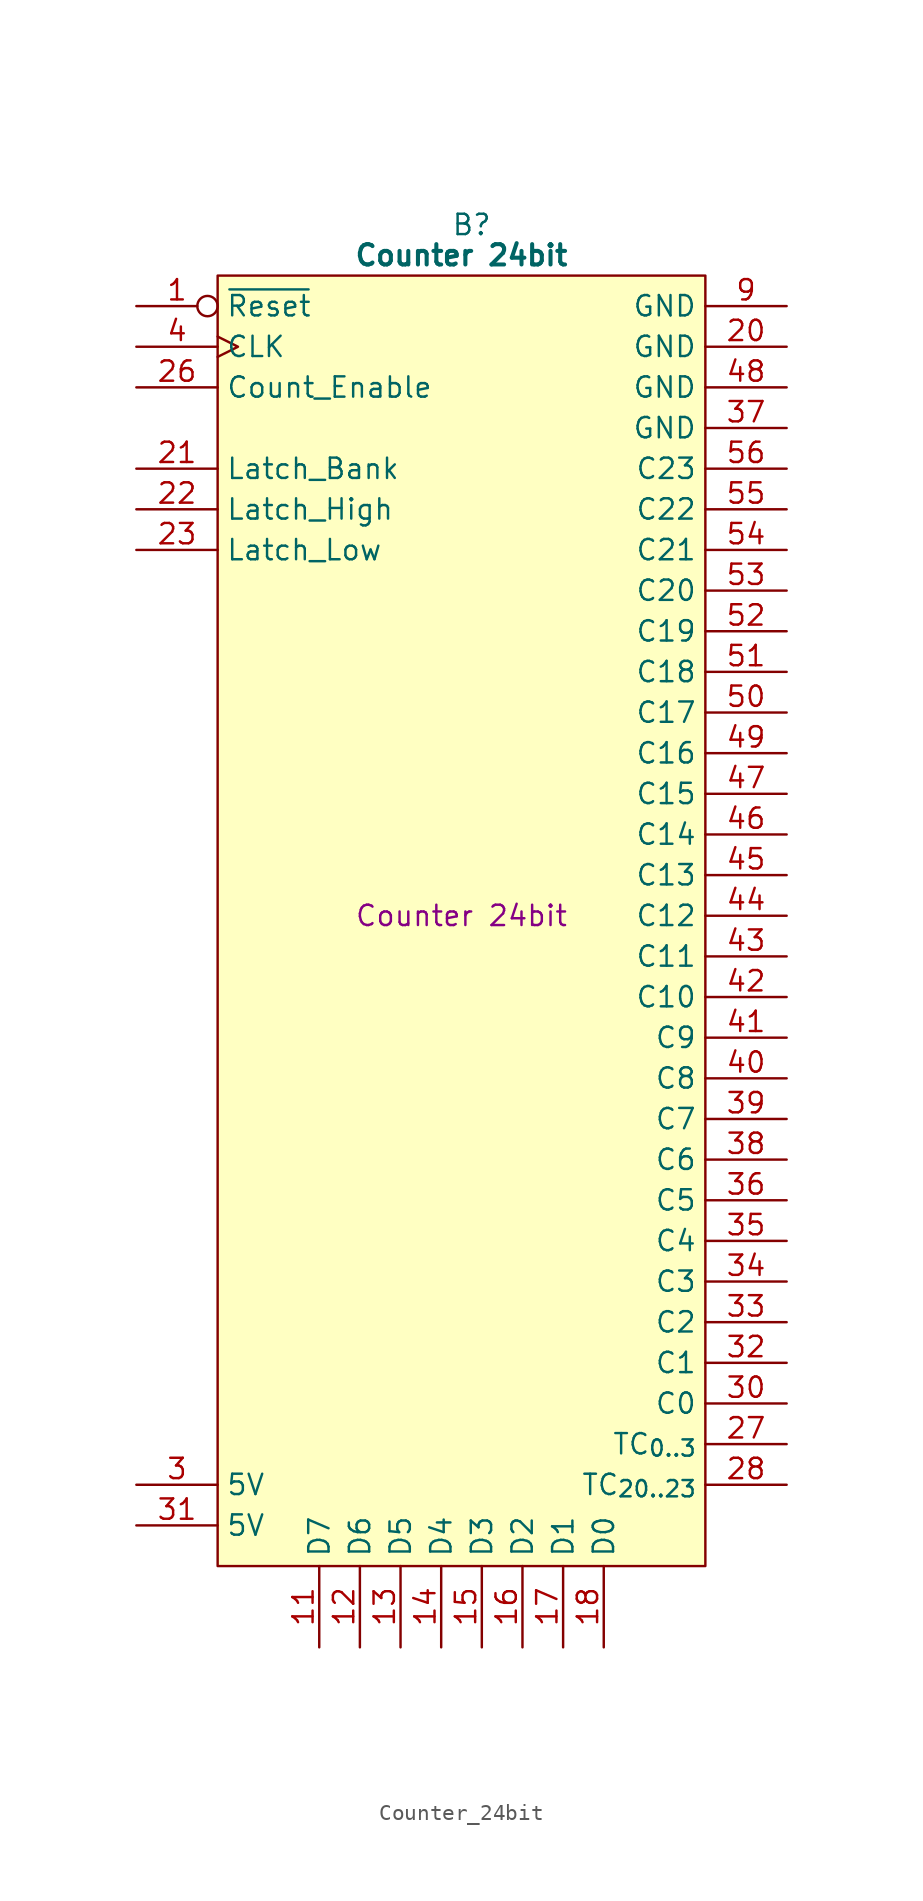
<source format=kicad_sym>
(kicad_symbol_lib
  (version 20241209)
  (generator "kicad_symbol_editor")
  (generator_version "9.0")
  (symbol "Counter_24bit"
    (property "Reference" "B"
      (at 15.875 5.08 0)
      (effects (font (size 1.27 1.27))))
    (property "Value" "Counter 24bit"
      (at 15.24 3.175 0)
      (effects (font (size 1.27 1.27) (bold yes))))
    (property "Description" "Counter 24bit"
      (at 15.24 -38.1 0)
      (effects (font (size 1.27 1.27))))
    (symbol "Counter_24bit_0_1"
      (polyline (pts (xy 0 1.905) (xy 30.48 1.905) (xy 30.48 -78.74) (xy 0 -78.74) (xy 0 1.905)) (stroke (width 0.152) (type default)) (fill (type background))))
    (symbol "Counter_24bit_1_0"
      (pin passive line (at 35.56 -7.62 180) (length 5.08) (name "GND" (effects (font (size 1.27 1.27)))) (number "37" (effects (font (size 1.27 1.27)))))
      (pin output line (at 35.56 -10.16 180) (length 5.08) (name "C23" (effects (font (size 1.27 1.27)))) (number "56" (effects (font (size 1.27 1.27)))))
      (pin output line (at 35.56 -12.7 180) (length 5.08) (name "C22" (effects (font (size 1.27 1.27)))) (number "55" (effects (font (size 1.27 1.27)))))
      (pin output line (at 35.56 -15.24 180) (length 5.08) (name "C21" (effects (font (size 1.27 1.27)))) (number "54" (effects (font (size 1.27 1.27)))))
      (pin output line (at 35.56 -35.56 180) (length 5.08) (name "C13" (effects (font (size 1.27 1.27)))) (number "45" (effects (font (size 1.27 1.27)))))
      (pin output line (at 35.56 -50.8 180) (length 5.08) (name "C7" (effects (font (size 1.27 1.27)))) (number "39" (effects (font (size 1.27 1.27)))))
      (pin output line (at 35.56 -53.34 180) (length 5.08) (name "C6" (effects (font (size 1.27 1.27)))) (number "38" (effects (font (size 1.27 1.27)))))
      (pin output line (at 35.56 -55.88 180) (length 5.08) (name "C5" (effects (font (size 1.27 1.27)))) (number "36" (effects (font (size 1.27 1.27)))))
      (pin output line (at 35.56 -60.96 180) (length 5.08) (name "C3" (effects (font (size 1.27 1.27)))) (number "34" (effects (font (size 1.27 1.27)))))
      (pin output line (at 35.56 -63.5 180) (length 5.08) (name "C2" (effects (font (size 1.27 1.27)))) (number "33" (effects (font (size 1.27 1.27)))))
      (pin output line (at 35.56 -66.04 180) (length 5.08) (name "C1" (effects (font (size 1.27 1.27)))) (number "32" (effects (font (size 1.27 1.27))))))
    (symbol "Counter_24bit_1_1"
      (pin input inverted (at -5.08 0 0) (length 5.08) (name "~{Reset}" (effects (font (size 1.27 1.27)))) (number "1" (effects (font (size 1.27 1.27)))))
      (pin input clock (at -5.08 -2.54 0) (length 5.08) (name "CLK" (effects (font (size 1.27 1.27)))) (number "4" (effects (font (size 1.27 1.27)))))
      (pin input line (at -5.08 -5.08 0) (length 5.08) (name "Count_Enable" (effects (font (size 1.27 1.27)))) (number "26" (effects (font (size 1.27 1.27)))))
      (pin input line (at -5.08 -10.16 0) (length 5.08) (name "Latch_Bank" (effects (font (size 1.27 1.27)))) (number "21" (effects (font (size 1.27 1.27)))))
      (pin input line (at -5.08 -12.7 0) (length 5.08) (name "Latch_High" (effects (font (size 1.27 1.27)))) (number "22" (effects (font (size 1.27 1.27)))))
      (pin input line (at -5.08 -15.24 0) (length 5.08) (name "Latch_Low" (effects (font (size 1.27 1.27)))) (number "23" (effects (font (size 1.27 1.27)))))
      (pin no_connect line (at -5.08 -48.26 0) (length 5.08) (hide yes) (name "N.C." (effects (font (size 1.27 1.27)))) (number "2" (effects (font (size 1.27 1.27)))))
      (pin no_connect line (at -5.08 -50.8 0) (length 5.08) (hide yes) (name "N.C." (effects (font (size 1.27 1.27)))) (number "5" (effects (font (size 1.27 1.27)))))
      (pin no_connect line (at -5.08 -53.34 0) (length 5.08) (hide yes) (name "N.C." (effects (font (size 1.27 1.27)))) (number "6" (effects (font (size 1.27 1.27)))))
      (pin no_connect line (at -5.08 -55.88 0) (length 5.08) (hide yes) (name "N.C." (effects (font (size 1.27 1.27)))) (number "7" (effects (font (size 1.27 1.27)))))
      (pin no_connect line (at -5.08 -58.42 0) (length 5.08) (hide yes) (name "N.C." (effects (font (size 1.27 1.27)))) (number "8" (effects (font (size 1.27 1.27)))))
      (pin no_connect line (at -5.08 -60.96 0) (length 5.08) (hide yes) (name "N.C." (effects (font (size 1.27 1.27)))) (number "10" (effects (font (size 1.27 1.27)))))
      (pin no_connect line (at -5.08 -63.5 0) (length 5.08) (hide yes) (name "N.C." (effects (font (size 1.27 1.27)))) (number "19" (effects (font (size 1.27 1.27)))))
      (pin no_connect line (at -5.08 -66.04 0) (length 5.08) (hide yes) (name "N.C." (effects (font (size 1.27 1.27)))) (number "24" (effects (font (size 1.27 1.27)))))
      (pin no_connect line (at -5.08 -68.58 0) (length 5.08) (hide yes) (name "N.C." (effects (font (size 1.27 1.27)))) (number "25" (effects (font (size 1.27 1.27)))))
      (pin no_connect line (at -5.08 -71.12 0) (length 5.08) (hide yes) (name "N.C." (effects (font (size 1.27 1.27)))) (number "29" (effects (font (size 1.27 1.27)))))
      (pin passive line (at -5.08 -73.66 0) (length 5.08) (name "5V" (effects (font (size 1.27 1.27)))) (number "3" (effects (font (size 1.27 1.27)))))
      (pin passive line (at -5.08 -76.2 0) (length 5.08) (name "5V" (effects (font (size 1.27 1.27)))) (number "31" (effects (font (size 1.27 1.27)))))
      (pin tri_state line (at 6.35 -83.82 90) (length 5.08) (name "D7" (effects (font (size 1.27 1.27)))) (number "11" (effects (font (size 1.27 1.27)))))
      (pin tri_state line (at 8.89 -83.82 90) (length 5.08) (name "D6" (effects (font (size 1.27 1.27)))) (number "12" (effects (font (size 1.27 1.27)))))
      (pin tri_state line (at 11.43 -83.82 90) (length 5.08) (name "D5" (effects (font (size 1.27 1.27)))) (number "13" (effects (font (size 1.27 1.27)))))
      (pin tri_state line (at 13.97 -83.82 90) (length 5.08) (name "D4" (effects (font (size 1.27 1.27)))) (number "14" (effects (font (size 1.27 1.27)))))
      (pin tri_state line (at 16.51 -83.82 90) (length 5.08) (name "D3" (effects (font (size 1.27 1.27)))) (number "15" (effects (font (size 1.27 1.27)))))
      (pin tri_state line (at 19.05 -83.82 90) (length 5.08) (name "D2" (effects (font (size 1.27 1.27)))) (number "16" (effects (font (size 1.27 1.27)))))
      (pin tri_state line (at 21.59 -83.82 90) (length 5.08) (name "D1" (effects (font (size 1.27 1.27)))) (number "17" (effects (font (size 1.27 1.27)))))
      (pin tri_state line (at 24.13 -83.82 90) (length 5.08) (name "D0" (effects (font (size 1.27 1.27)))) (number "18" (effects (font (size 1.27 1.27)))))
      (pin passive line (at 35.56 0 180) (length 5.08) (name "GND" (effects (font (size 1.27 1.27)))) (number "9" (effects (font (size 1.27 1.27)))))
      (pin passive line (at 35.56 -2.54 180) (length 5.08) (name "GND" (effects (font (size 1.27 1.27)))) (number "20" (effects (font (size 1.27 1.27)))))
      (pin passive line (at 35.56 -5.08 180) (length 5.08) (name "GND" (effects (font (size 1.27 1.27)))) (number "48" (effects (font (size 1.27 1.27)))))
      (pin output line (at 35.56 -17.78 180) (length 5.08) (name "C20" (effects (font (size 1.27 1.27)))) (number "53" (effects (font (size 1.27 1.27)))))
      (pin output line (at 35.56 -20.32 180) (length 5.08) (name "C19" (effects (font (size 1.27 1.27)))) (number "52" (effects (font (size 1.27 1.27)))))
      (pin output line (at 35.56 -22.86 180) (length 5.08) (name "C18" (effects (font (size 1.27 1.27)))) (number "51" (effects (font (size 1.27 1.27)))))
      (pin output line (at 35.56 -25.4 180) (length 5.08) (name "C17" (effects (font (size 1.27 1.27)))) (number "50" (effects (font (size 1.27 1.27)))))
      (pin output line (at 35.56 -27.94 180) (length 5.08) (name "C16" (effects (font (size 1.27 1.27)))) (number "49" (effects (font (size 1.27 1.27)))))
      (pin output line (at 35.56 -30.48 180) (length 5.08) (name "C15" (effects (font (size 1.27 1.27)))) (number "47" (effects (font (size 1.27 1.27)))))
      (pin output line (at 35.56 -33.02 180) (length 5.08) (name "C14" (effects (font (size 1.27 1.27)))) (number "46" (effects (font (size 1.27 1.27)))))
      (pin output line (at 35.56 -38.1 180) (length 5.08) (name "C12" (effects (font (size 1.27 1.27)))) (number "44" (effects (font (size 1.27 1.27)))))
      (pin output line (at 35.56 -40.64 180) (length 5.08) (name "C11" (effects (font (size 1.27 1.27)))) (number "43" (effects (font (size 1.27 1.27)))))
      (pin output line (at 35.56 -43.18 180) (length 5.08) (name "C10" (effects (font (size 1.27 1.27)))) (number "42" (effects (font (size 1.27 1.27)))))
      (pin output line (at 35.56 -45.72 180) (length 5.08) (name "C9" (effects (font (size 1.27 1.27)))) (number "41" (effects (font (size 1.27 1.27)))))
      (pin output line (at 35.56 -48.26 180) (length 5.08) (name "C8" (effects (font (size 1.27 1.27)))) (number "40" (effects (font (size 1.27 1.27)))))
      (pin output line (at 35.56 -58.42 180) (length 5.08) (name "C4" (effects (font (size 1.27 1.27)))) (number "35" (effects (font (size 1.27 1.27)))))
      (pin output line (at 35.56 -68.58 180) (length 5.08) (name "C0" (effects (font (size 1.27 1.27)))) (number "30" (effects (font (size 1.27 1.27)))))
      (pin output line (at 35.56 -71.12 180) (length 5.08) (name "TC_{0..3}" (effects (font (size 1.27 1.27)))) (number "27" (effects (font (size 1.27 1.27)))))
      (pin output line (at 35.56 -73.66 180) (length 5.08) (name "TC_{20..23}" (effects (font (size 1.27 1.27)))) (number "28" (effects (font (size 1.27 1.27))))))))
</source>
